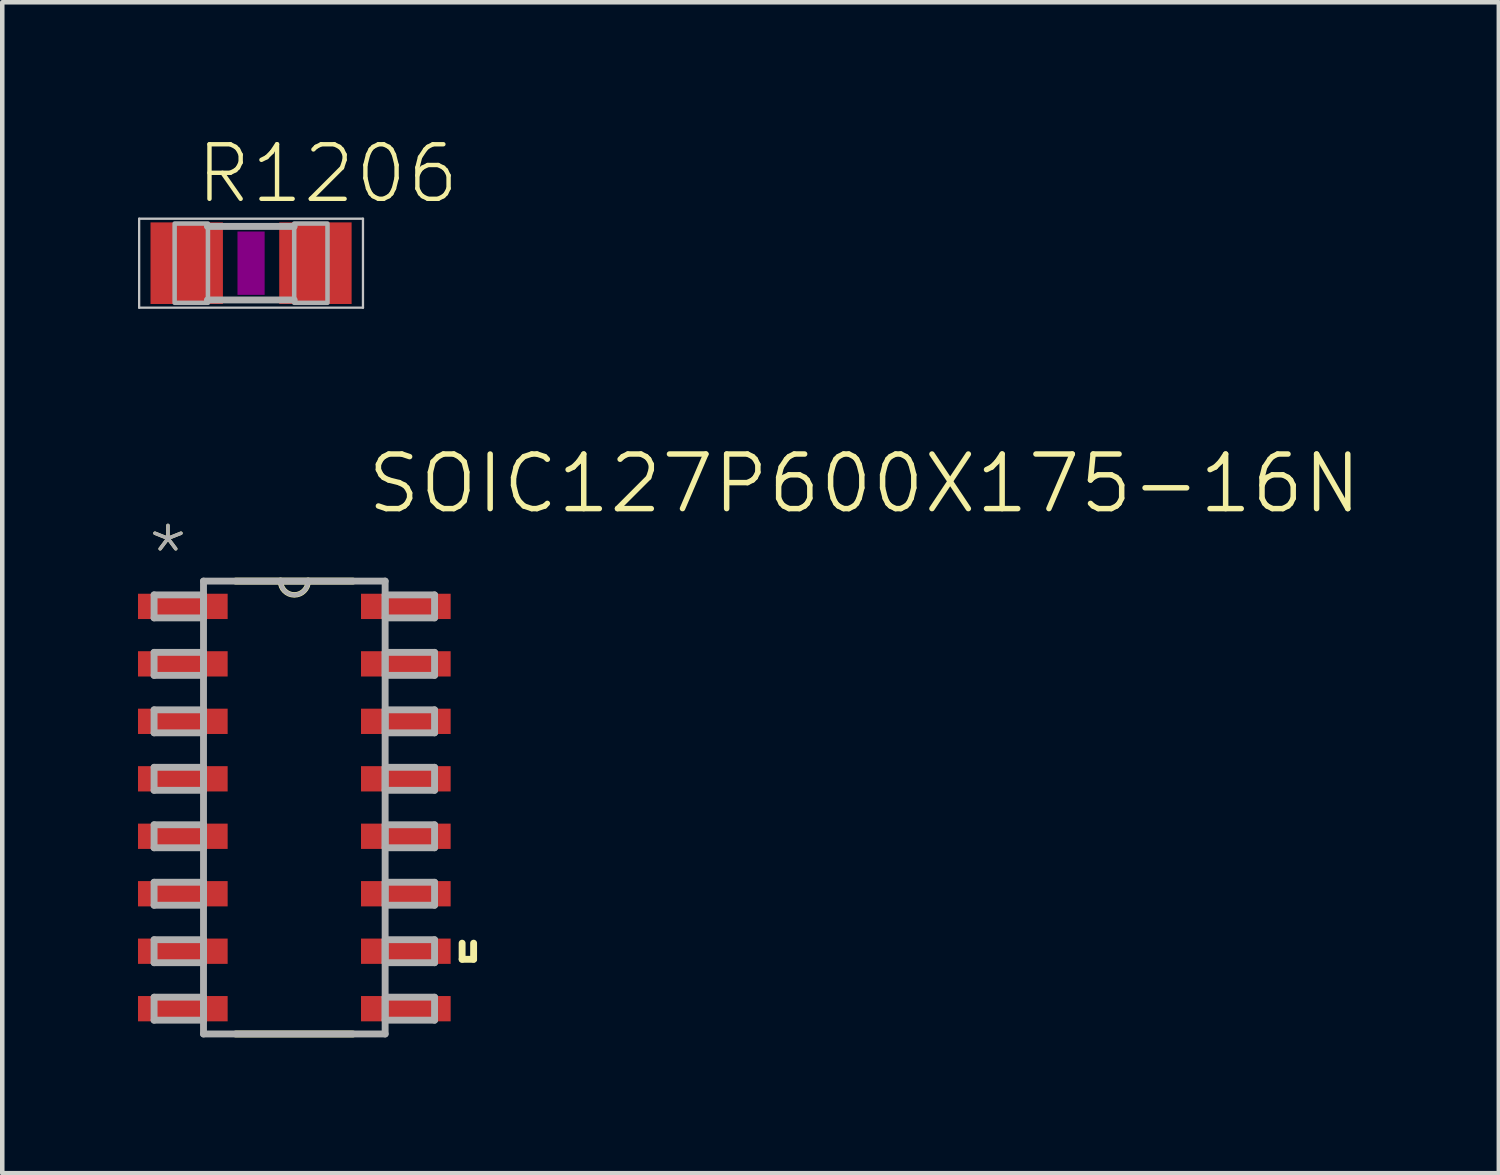
<source format=kicad_pcb>
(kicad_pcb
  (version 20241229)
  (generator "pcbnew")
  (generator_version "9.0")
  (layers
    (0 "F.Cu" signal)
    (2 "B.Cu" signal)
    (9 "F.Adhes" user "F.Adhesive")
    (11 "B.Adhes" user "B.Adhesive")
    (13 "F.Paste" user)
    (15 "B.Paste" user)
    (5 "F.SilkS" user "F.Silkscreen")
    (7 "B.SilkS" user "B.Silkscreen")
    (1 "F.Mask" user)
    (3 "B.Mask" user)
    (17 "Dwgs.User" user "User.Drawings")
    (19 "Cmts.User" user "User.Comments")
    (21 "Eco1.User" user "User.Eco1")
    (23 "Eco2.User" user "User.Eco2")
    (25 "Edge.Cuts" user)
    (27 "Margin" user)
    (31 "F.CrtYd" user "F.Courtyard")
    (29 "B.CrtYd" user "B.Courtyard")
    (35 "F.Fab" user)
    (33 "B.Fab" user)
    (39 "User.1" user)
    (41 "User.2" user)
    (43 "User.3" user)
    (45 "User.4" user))
  (footprint "R1206"
    (layer "F.Cu")
    (at 2.498 2.766)
    (property "Reference" "R1206" (at -1.27 -1.27 180) (layer "F.SilkS") (effects (font (size 1.206 1.206) (thickness 0.097)) (justify left bottom)))
    (attr through_hole)
    (fp_poly (pts (xy -0.3 0.7) (xy 0.3 0.7) (xy 0.3 -0.7) (xy -0.3 -0.7)) (stroke (width 0) (type solid)) (fill yes) (layer "F.Adhes"))
    (fp_line (start -2.473 -0.983) (end 2.473 -0.983) (stroke (width 0.051) (type solid)) (layer "Dwgs.User"))
    (fp_line (start -2.473 0.983) (end -2.473 -0.983) (stroke (width 0.051) (type solid)) (layer "Dwgs.User"))
    (fp_line (start 2.473 -0.983) (end 2.473 0.983) (stroke (width 0.051) (type solid)) (layer "Dwgs.User"))
    (fp_line (start 2.473 0.983) (end -2.473 0.983) (stroke (width 0.051) (type solid)) (layer "Dwgs.User"))
    (fp_line (start 0.953 -0.813) (end -0.965 -0.813) (stroke (width 0.152) (type solid)) (layer "F.Fab"))
    (fp_line (start 0.953 0.813) (end -0.965 0.813) (stroke (width 0.152) (type solid)) (layer "F.Fab"))
    (fp_poly (pts (xy -1.689 0.876) (xy -0.953 0.876) (xy -0.953 -0.876) (xy -1.689 -0.876)) (stroke (width 0.1) (type solid)) (fill no) (layer "F.Fab"))
    (fp_poly (pts (xy 0.953 0.876) (xy 1.689 0.876) (xy 1.689 -0.876) (xy 0.953 -0.876)) (stroke (width 0.1) (type solid)) (fill no) (layer "F.Fab"))
    (pad "1" smd rect (at -1.422 0) (size 1.6 1.803) (layers "F.Cu" "F.Mask" "F.Paste"))
    (pad "2" smd rect (at 1.422 0) (size 1.6 1.803) (layers "F.Cu" "F.Mask" "F.Paste")))
  (footprint "SOIC127P600X175-16N"
    (layer "F.Cu")
    (at 3.454 14.795)
    (property "Reference" "SOIC127P600X175-16N" (at 1.549 -6.452 180) (layer "F.SilkS") (effects (font (size 1.206 1.206) (thickness 0.121)) (justify left bottom)))
    (attr through_hole)
    (fp_line (start -1.295 5.004) (end 1.295 5.004) (stroke (width 0.152) (type solid)) (layer "F.SilkS"))
    (fp_line (start -0.305 -5.004) (end -1.295 -5.004) (stroke (width 0.152) (type solid)) (layer "F.SilkS"))
    (fp_line (start 0.305 -5.004) (end -0.305 -5.004) (stroke (width 0.152) (type solid)) (layer "F.SilkS"))
    (fp_line (start 1.295 -5.004) (end 0.305 -5.004) (stroke (width 0.152) (type solid)) (layer "F.SilkS"))
    (fp_line (start 3.708 3.353) (end 3.708 2.997) (stroke (width 0.152) (type solid)) (layer "F.SilkS"))
    (fp_line (start 3.962 2.997) (end 3.962 3.353) (stroke (width 0.152) (type solid)) (layer "F.SilkS"))
    (fp_line (start 3.962 3.353) (end 3.708 3.353) (stroke (width 0.152) (type solid)) (layer "F.SilkS"))
    (fp_arc (start 0.3048 -5.0038) (mid 0 -4.699) (end -0.3048 -5.0038) (stroke (width 0.12) (type solid)) (layer "F.SilkS"))
    (fp_line (start -3.099 -4.699) (end -3.099 -4.191) (stroke (width 0.152) (type solid)) (layer "F.Fab"))
    (fp_line (start -3.099 -4.191) (end -2.007 -4.191) (stroke (width 0.152) (type solid)) (layer "F.Fab"))
    (fp_line (start -3.099 -3.429) (end -3.099 -2.921) (stroke (width 0.152) (type solid)) (layer "F.Fab"))
    (fp_line (start -3.099 -2.921) (end -2.007 -2.921) (stroke (width 0.152) (type solid)) (layer "F.Fab"))
    (fp_line (start -3.099 -2.159) (end -3.099 -1.651) (stroke (width 0.152) (type solid)) (layer "F.Fab"))
    (fp_line (start -3.099 -1.651) (end -2.007 -1.651) (stroke (width 0.152) (type solid)) (layer "F.Fab"))
    (fp_line (start -3.099 -0.889) (end -3.099 -0.381) (stroke (width 0.152) (type solid)) (layer "F.Fab"))
    (fp_line (start -3.099 -0.381) (end -2.007 -0.381) (stroke (width 0.152) (type solid)) (layer "F.Fab"))
    (fp_line (start -3.099 0.381) (end -3.099 0.889) (stroke (width 0.152) (type solid)) (layer "F.Fab"))
    (fp_line (start -3.099 0.889) (end -2.007 0.889) (stroke (width 0.152) (type solid)) (layer "F.Fab"))
    (fp_line (start -3.099 1.651) (end -3.099 2.159) (stroke (width 0.152) (type solid)) (layer "F.Fab"))
    (fp_line (start -3.099 2.159) (end -2.007 2.159) (stroke (width 0.152) (type solid)) (layer "F.Fab"))
    (fp_line (start -3.099 2.921) (end -3.099 3.429) (stroke (width 0.152) (type solid)) (layer "F.Fab"))
    (fp_line (start -3.099 3.429) (end -2.007 3.429) (stroke (width 0.152) (type solid)) (layer "F.Fab"))
    (fp_line (start -3.099 4.191) (end -3.099 4.699) (stroke (width 0.152) (type solid)) (layer "F.Fab"))
    (fp_line (start -3.099 4.699) (end -2.007 4.699) (stroke (width 0.152) (type solid)) (layer "F.Fab"))
    (fp_line (start -2.007 -5.004) (end -2.007 5.004) (stroke (width 0.152) (type solid)) (layer "F.Fab"))
    (fp_line (start -2.007 -4.699) (end -3.099 -4.699) (stroke (width 0.152) (type solid)) (layer "F.Fab"))
    (fp_line (start -2.007 -4.191) (end -2.007 -4.699) (stroke (width 0.152) (type solid)) (layer "F.Fab"))
    (fp_line (start -2.007 -3.429) (end -3.099 -3.429) (stroke (width 0.152) (type solid)) (layer "F.Fab"))
    (fp_line (start -2.007 -2.921) (end -2.007 -3.429) (stroke (width 0.152) (type solid)) (layer "F.Fab"))
    (fp_line (start -2.007 -2.159) (end -3.099 -2.159) (stroke (width 0.152) (type solid)) (layer "F.Fab"))
    (fp_line (start -2.007 -1.651) (end -2.007 -2.159) (stroke (width 0.152) (type solid)) (layer "F.Fab"))
    (fp_line (start -2.007 -0.889) (end -3.099 -0.889) (stroke (width 0.152) (type solid)) (layer "F.Fab"))
    (fp_line (start -2.007 -0.381) (end -2.007 -0.889) (stroke (width 0.152) (type solid)) (layer "F.Fab"))
    (fp_line (start -2.007 0.381) (end -3.099 0.381) (stroke (width 0.152) (type solid)) (layer "F.Fab"))
    (fp_line (start -2.007 0.889) (end -2.007 0.381) (stroke (width 0.152) (type solid)) (layer "F.Fab"))
    (fp_line (start -2.007 1.651) (end -3.099 1.651) (stroke (width 0.152) (type solid)) (layer "F.Fab"))
    (fp_line (start -2.007 2.159) (end -2.007 1.651) (stroke (width 0.152) (type solid)) (layer "F.Fab"))
    (fp_line (start -2.007 2.921) (end -3.099 2.921) (stroke (width 0.152) (type solid)) (layer "F.Fab"))
    (fp_line (start -2.007 3.429) (end -2.007 2.921) (stroke (width 0.152) (type solid)) (layer "F.Fab"))
    (fp_line (start -2.007 4.191) (end -3.099 4.191) (stroke (width 0.152) (type solid)) (layer "F.Fab"))
    (fp_line (start -2.007 4.699) (end -2.007 4.191) (stroke (width 0.152) (type solid)) (layer "F.Fab"))
    (fp_line (start -2.007 5.004) (end 2.007 5.004) (stroke (width 0.152) (type solid)) (layer "F.Fab"))
    (fp_line (start -0.305 -5.004) (end -2.007 -5.004) (stroke (width 0.152) (type solid)) (layer "F.Fab"))
    (fp_line (start 0.305 -5.004) (end -0.305 -5.004) (stroke (width 0.152) (type solid)) (layer "F.Fab"))
    (fp_line (start 2.007 -5.004) (end 0.305 -5.004) (stroke (width 0.152) (type solid)) (layer "F.Fab"))
    (fp_line (start 2.007 -4.699) (end 2.007 -4.191) (stroke (width 0.152) (type solid)) (layer "F.Fab"))
    (fp_line (start 2.007 -4.191) (end 3.099 -4.191) (stroke (width 0.152) (type solid)) (layer "F.Fab"))
    (fp_line (start 2.007 -3.429) (end 2.007 -2.921) (stroke (width 0.152) (type solid)) (layer "F.Fab"))
    (fp_line (start 2.007 -2.921) (end 3.099 -2.921) (stroke (width 0.152) (type solid)) (layer "F.Fab"))
    (fp_line (start 2.007 -2.159) (end 2.007 -1.651) (stroke (width 0.152) (type solid)) (layer "F.Fab"))
    (fp_line (start 2.007 -1.651) (end 3.099 -1.651) (stroke (width 0.152) (type solid)) (layer "F.Fab"))
    (fp_line (start 2.007 -0.889) (end 2.007 -0.381) (stroke (width 0.152) (type solid)) (layer "F.Fab"))
    (fp_line (start 2.007 -0.381) (end 3.099 -0.381) (stroke (width 0.152) (type solid)) (layer "F.Fab"))
    (fp_line (start 2.007 0.381) (end 2.007 0.889) (stroke (width 0.152) (type solid)) (layer "F.Fab"))
    (fp_line (start 2.007 0.889) (end 3.099 0.889) (stroke (width 0.152) (type solid)) (layer "F.Fab"))
    (fp_line (start 2.007 1.651) (end 2.007 2.159) (stroke (width 0.152) (type solid)) (layer "F.Fab"))
    (fp_line (start 2.007 2.159) (end 3.099 2.159) (stroke (width 0.152) (type solid)) (layer "F.Fab"))
    (fp_line (start 2.007 2.921) (end 2.007 3.429) (stroke (width 0.152) (type solid)) (layer "F.Fab"))
    (fp_line (start 2.007 3.429) (end 3.099 3.429) (stroke (width 0.152) (type solid)) (layer "F.Fab"))
    (fp_line (start 2.007 4.191) (end 2.007 4.699) (stroke (width 0.152) (type solid)) (layer "F.Fab"))
    (fp_line (start 2.007 4.699) (end 3.099 4.699) (stroke (width 0.152) (type solid)) (layer "F.Fab"))
    (fp_line (start 2.007 5.004) (end 2.007 -5.004) (stroke (width 0.152) (type solid)) (layer "F.Fab"))
    (fp_line (start 3.099 -4.699) (end 2.007 -4.699) (stroke (width 0.152) (type solid)) (layer "F.Fab"))
    (fp_line (start 3.099 -4.191) (end 3.099 -4.699) (stroke (width 0.152) (type solid)) (layer "F.Fab"))
    (fp_line (start 3.099 -3.429) (end 2.007 -3.429) (stroke (width 0.152) (type solid)) (layer "F.Fab"))
    (fp_line (start 3.099 -2.921) (end 3.099 -3.429) (stroke (width 0.152) (type solid)) (layer "F.Fab"))
    (fp_line (start 3.099 -2.159) (end 2.007 -2.159) (stroke (width 0.152) (type solid)) (layer "F.Fab"))
    (fp_line (start 3.099 -1.651) (end 3.099 -2.159) (stroke (width 0.152) (type solid)) (layer "F.Fab"))
    (fp_line (start 3.099 -0.889) (end 2.007 -0.889) (stroke (width 0.152) (type solid)) (layer "F.Fab"))
    (fp_line (start 3.099 -0.381) (end 3.099 -0.889) (stroke (width 0.152) (type solid)) (layer "F.Fab"))
    (fp_line (start 3.099 0.381) (end 2.007 0.381) (stroke (width 0.152) (type solid)) (layer "F.Fab"))
    (fp_line (start 3.099 0.889) (end 3.099 0.381) (stroke (width 0.152) (type solid)) (layer "F.Fab"))
    (fp_line (start 3.099 1.651) (end 2.007 1.651) (stroke (width 0.152) (type solid)) (layer "F.Fab"))
    (fp_line (start 3.099 2.159) (end 3.099 1.651) (stroke (width 0.152) (type solid)) (layer "F.Fab"))
    (fp_line (start 3.099 2.921) (end 2.007 2.921) (stroke (width 0.152) (type solid)) (layer "F.Fab"))
    (fp_line (start 3.099 3.429) (end 3.099 2.921) (stroke (width 0.152) (type solid)) (layer "F.Fab"))
    (fp_line (start 3.099 4.191) (end 2.007 4.191) (stroke (width 0.152) (type solid)) (layer "F.Fab"))
    (fp_line (start 3.099 4.699) (end 3.099 4.191) (stroke (width 0.152) (type solid)) (layer "F.Fab"))
    (fp_arc (start 0.3048 -5.0038) (mid 0 -4.699) (end -0.3048 -5.0038) (stroke (width 0.1) (type solid)) (layer "F.Fab"))
    (fp_text user "*" (at -3.302 -4.877 0) (layer "F.SilkS") (effects (font (size 1.206 1.206) (thickness 0.076)) (justify left bottom)))
    (fp_text user "*" (at -3.302 -4.877 0) (layer "F.Fab") (effects (font (size 1.206 1.206) (thickness 0.076)) (justify left bottom)))
    (pad "1" smd rect (at -2.464 -4.445) (size 1.981 0.559) (layers "F.Cu" "F.Mask" "F.Paste"))
    (pad "2" smd rect (at -2.464 -3.175) (size 1.981 0.559) (layers "F.Cu" "F.Mask" "F.Paste"))
    (pad "3" smd rect (at -2.464 -1.905) (size 1.981 0.559) (layers "F.Cu" "F.Mask" "F.Paste"))
    (pad "4" smd rect (at -2.464 -0.635) (size 1.981 0.559) (layers "F.Cu" "F.Mask" "F.Paste"))
    (pad "5" smd rect (at -2.464 0.635) (size 1.981 0.559) (layers "F.Cu" "F.Mask" "F.Paste"))
    (pad "6" smd rect (at -2.464 1.905) (size 1.981 0.559) (layers "F.Cu" "F.Mask" "F.Paste"))
    (pad "7" smd rect (at -2.464 3.175) (size 1.981 0.559) (layers "F.Cu" "F.Mask" "F.Paste"))
    (pad "8" smd rect (at -2.464 4.445) (size 1.981 0.559) (layers "F.Cu" "F.Mask" "F.Paste"))
    (pad "9" smd rect (at 2.464 4.445) (size 1.981 0.559) (layers "F.Cu" "F.Mask" "F.Paste"))
    (pad "10" smd rect (at 2.464 3.175) (size 1.981 0.559) (layers "F.Cu" "F.Mask" "F.Paste"))
    (pad "11" smd rect (at 2.464 1.905) (size 1.981 0.559) (layers "F.Cu" "F.Mask" "F.Paste"))
    (pad "12" smd rect (at 2.464 0.635) (size 1.981 0.559) (layers "F.Cu" "F.Mask" "F.Paste"))
    (pad "13" smd rect (at 2.464 -0.635) (size 1.981 0.559) (layers "F.Cu" "F.Mask" "F.Paste"))
    (pad "14" smd rect (at 2.464 -1.905) (size 1.981 0.559) (layers "F.Cu" "F.Mask" "F.Paste"))
    (pad "15" smd rect (at 2.464 -3.175) (size 1.981 0.559) (layers "F.Cu" "F.Mask" "F.Paste"))
    (pad "16" smd rect (at 2.464 -4.445) (size 1.981 0.559) (layers "F.Cu" "F.Mask" "F.Paste")))
  (gr_rect
    (start -3 -3)
    (end 30.071 22.875)
    (stroke (width 0.1) (type default))
    (fill no)
    (layer "Edge.Cuts")))
</source>
